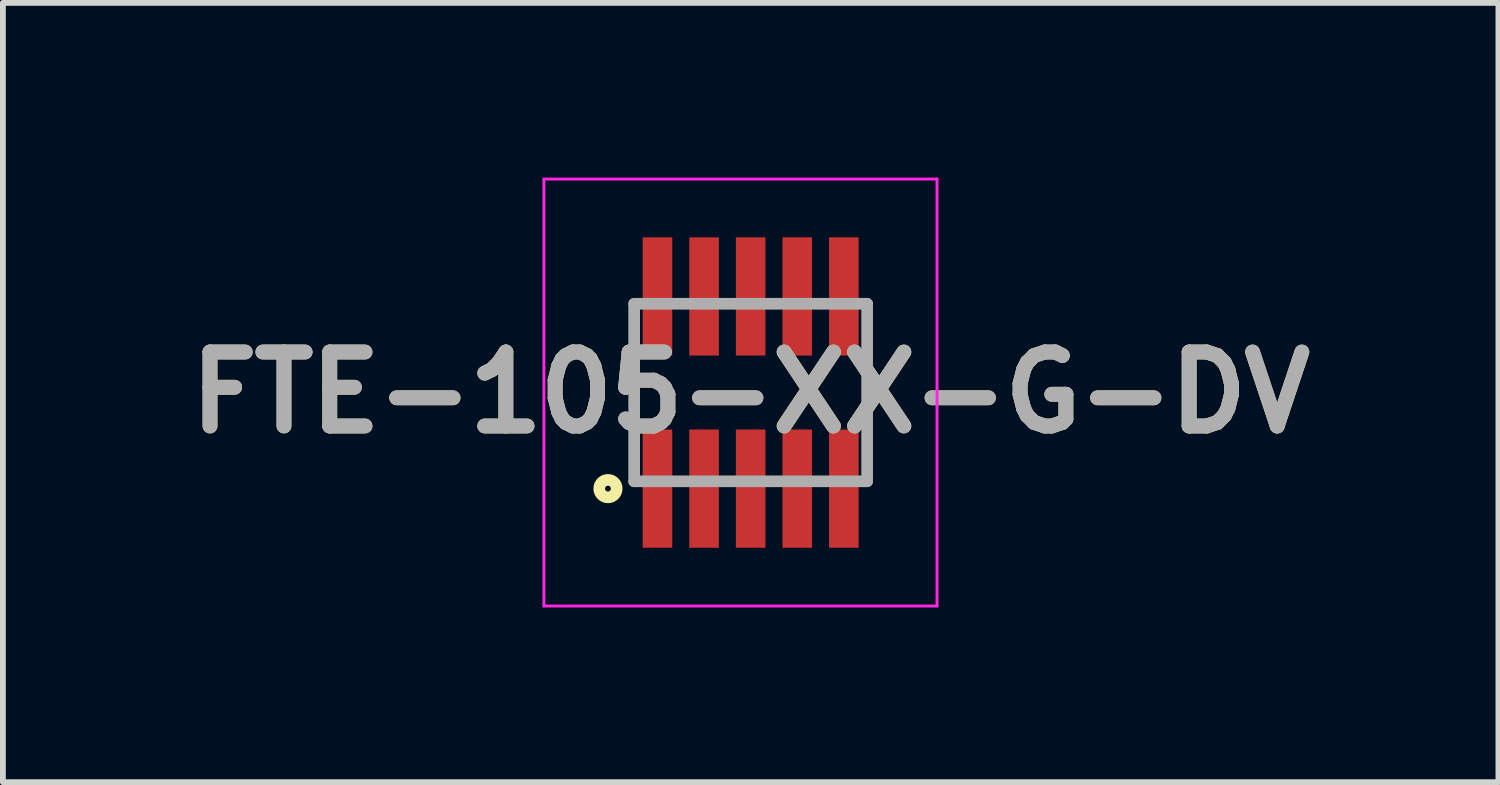
<source format=kicad_pcb>
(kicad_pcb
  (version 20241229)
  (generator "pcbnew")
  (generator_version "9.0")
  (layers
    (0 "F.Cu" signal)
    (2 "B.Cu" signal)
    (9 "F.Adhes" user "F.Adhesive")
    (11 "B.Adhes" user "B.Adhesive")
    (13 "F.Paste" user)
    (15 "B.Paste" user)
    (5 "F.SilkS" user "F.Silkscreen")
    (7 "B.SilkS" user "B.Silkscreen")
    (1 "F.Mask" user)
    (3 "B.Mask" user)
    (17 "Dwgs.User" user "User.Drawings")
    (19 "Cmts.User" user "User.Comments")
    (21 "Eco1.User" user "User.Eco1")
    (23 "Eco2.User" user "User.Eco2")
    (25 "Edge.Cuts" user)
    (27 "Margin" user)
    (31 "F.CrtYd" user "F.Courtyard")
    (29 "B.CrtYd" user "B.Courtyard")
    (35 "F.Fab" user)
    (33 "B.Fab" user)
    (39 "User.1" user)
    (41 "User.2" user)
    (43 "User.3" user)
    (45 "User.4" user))
  (footprint "FTE-105-XX-G-DV"
    (layer "F.Cu")
    (at 9.839 3.69)
    (property "Reference" "FTE-105-XX-G-DV" (at 0 0 0) (layer "F.SilkS") (effects (font (size 1.27 1.27) (thickness 0.254))))
    (attr smd)
    (fp_circle (center -2.45 1.65) (end -2.45 1.7) (stroke (width 0.2) (type solid)) (fill no) (layer "F.SilkS"))
    (fp_line (start -3.55 -3.665) (end 3.2 -3.665) (stroke (width 0.05) (type solid)) (layer "F.CrtYd"))
    (fp_line (start -3.55 3.665) (end -3.55 -3.665) (stroke (width 0.05) (type solid)) (layer "F.CrtYd"))
    (fp_line (start 3.2 -3.665) (end 3.2 3.665) (stroke (width 0.05) (type solid)) (layer "F.CrtYd"))
    (fp_line (start 3.2 3.665) (end -3.55 3.665) (stroke (width 0.05) (type solid)) (layer "F.CrtYd"))
    (fp_line (start -2 -1.524) (end 2 -1.524) (stroke (width 0.2) (type solid)) (layer "F.Fab"))
    (fp_line (start -2 1.524) (end -2 -1.524) (stroke (width 0.2) (type solid)) (layer "F.Fab"))
    (fp_line (start 2 -1.524) (end 2 1.524) (stroke (width 0.2) (type solid)) (layer "F.Fab"))
    (fp_line (start 2 1.524) (end -2 1.524) (stroke (width 0.2) (type solid)) (layer "F.Fab"))
    (fp_text user "${REFERENCE}" (at 0 0 0) (layer "F.Fab") (effects (font (size 1.27 1.27) (thickness 0.254))))
    (pad "1" smd rect (at -1.6 1.65) (size 0.508 2.03) (layers "F.Cu" "F.Mask" "F.Paste"))
    (pad "2" smd rect (at -1.6 -1.65) (size 0.508 2.03) (layers "F.Cu" "F.Mask" "F.Paste"))
    (pad "3" smd rect (at -0.8 1.65) (size 0.508 2.03) (layers "F.Cu" "F.Mask" "F.Paste"))
    (pad "4" smd rect (at -0.8 -1.65) (size 0.508 2.03) (layers "F.Cu" "F.Mask" "F.Paste"))
    (pad "5" smd rect (at 0 1.65) (size 0.508 2.03) (layers "F.Cu" "F.Mask" "F.Paste"))
    (pad "6" smd rect (at 0 -1.65) (size 0.508 2.03) (layers "F.Cu" "F.Mask" "F.Paste"))
    (pad "7" smd rect (at 0.8 1.65) (size 0.508 2.03) (layers "F.Cu" "F.Mask" "F.Paste"))
    (pad "8" smd rect (at 0.8 -1.65) (size 0.508 2.03) (layers "F.Cu" "F.Mask" "F.Paste"))
    (pad "9" smd rect (at 1.6 1.65) (size 0.508 2.03) (layers "F.Cu" "F.Mask" "F.Paste"))
    (pad "10" smd rect (at 1.6 -1.65) (size 0.508 2.03) (layers "F.Cu" "F.Mask" "F.Paste")))
  (gr_rect
    (start -3 -3)
    (end 22.679 10.38)
    (stroke (width 0.1) (type default))
    (fill no)
    (layer "Edge.Cuts")))
</source>
